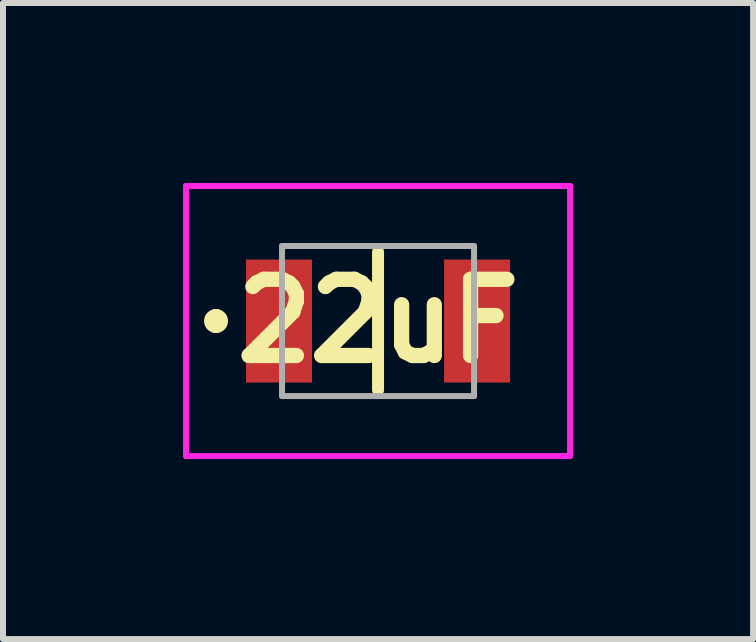
<source format=kicad_pcb>
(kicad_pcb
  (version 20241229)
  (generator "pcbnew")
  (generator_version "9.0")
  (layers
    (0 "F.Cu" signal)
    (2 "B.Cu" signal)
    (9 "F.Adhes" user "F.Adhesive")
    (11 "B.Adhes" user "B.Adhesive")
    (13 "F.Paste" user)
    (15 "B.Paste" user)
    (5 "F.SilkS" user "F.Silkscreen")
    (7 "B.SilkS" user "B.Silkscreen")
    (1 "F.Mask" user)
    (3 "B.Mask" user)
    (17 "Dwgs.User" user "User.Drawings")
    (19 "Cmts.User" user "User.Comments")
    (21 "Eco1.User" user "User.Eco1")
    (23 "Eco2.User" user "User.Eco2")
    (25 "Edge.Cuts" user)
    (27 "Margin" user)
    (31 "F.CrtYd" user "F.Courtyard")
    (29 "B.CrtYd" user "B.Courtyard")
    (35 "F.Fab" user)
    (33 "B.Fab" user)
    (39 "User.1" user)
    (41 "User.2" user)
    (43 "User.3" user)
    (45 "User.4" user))
  (footprint "22uF"
    (layer "F.Cu")
    (at 3.25 2.3)
    (property "Reference" "22uF" (at 0 0 0) (layer "F.SilkS") (effects (font (size 1.27 1.27) (thickness 0.254))))
    (attr smd)
    (fp_line (start -2.7 -0.1) (end -2.7 -0.1) (stroke (width 0.2) (type solid)) (layer "F.SilkS"))
    (fp_line (start -2.7 0.1) (end -2.7 0.1) (stroke (width 0.2) (type solid)) (layer "F.SilkS"))
    (fp_line (start 0 -1.15) (end 0 1.15) (stroke (width 0.2) (type solid)) (layer "F.SilkS"))
    (fp_arc (start -2.7 -0.1) (mid -2.6 0) (end -2.7 0.1) (stroke (width 0.2) (type solid)) (layer "F.SilkS"))
    (fp_arc (start -2.7 0.1) (mid -2.8 0) (end -2.7 -0.1) (stroke (width 0.2) (type solid)) (layer "F.SilkS"))
    (fp_line (start -3.2 -2.25) (end 3.2 -2.25) (stroke (width 0.1) (type solid)) (layer "F.CrtYd"))
    (fp_line (start -3.2 2.25) (end -3.2 -2.25) (stroke (width 0.1) (type solid)) (layer "F.CrtYd"))
    (fp_line (start 3.2 -2.25) (end 3.2 2.25) (stroke (width 0.1) (type solid)) (layer "F.CrtYd"))
    (fp_line (start 3.2 2.25) (end -3.2 2.25) (stroke (width 0.1) (type solid)) (layer "F.CrtYd"))
    (fp_line (start -1.6 -1.25) (end 1.6 -1.25) (stroke (width 0.1) (type solid)) (layer "F.Fab"))
    (fp_line (start -1.6 1.25) (end -1.6 -1.25) (stroke (width 0.1) (type solid)) (layer "F.Fab"))
    (fp_line (start 1.6 -1.25) (end 1.6 1.25) (stroke (width 0.1) (type solid)) (layer "F.Fab"))
    (fp_line (start 1.6 1.25) (end -1.6 1.25) (stroke (width 0.1) (type solid)) (layer "F.Fab"))
    (pad "1" smd rect (at -1.65 0) (size 1.1 2.05) (layers "F.Cu" "F.Mask" "F.Paste"))
    (pad "2" smd rect (at 1.65 0) (size 1.1 2.05) (layers "F.Cu" "F.Mask" "F.Paste")))
  (gr_rect
    (start -3 -3)
    (end 9.5 7.6)
    (stroke (width 0.1) (type default))
    (fill no)
    (layer "Edge.Cuts")))
</source>
